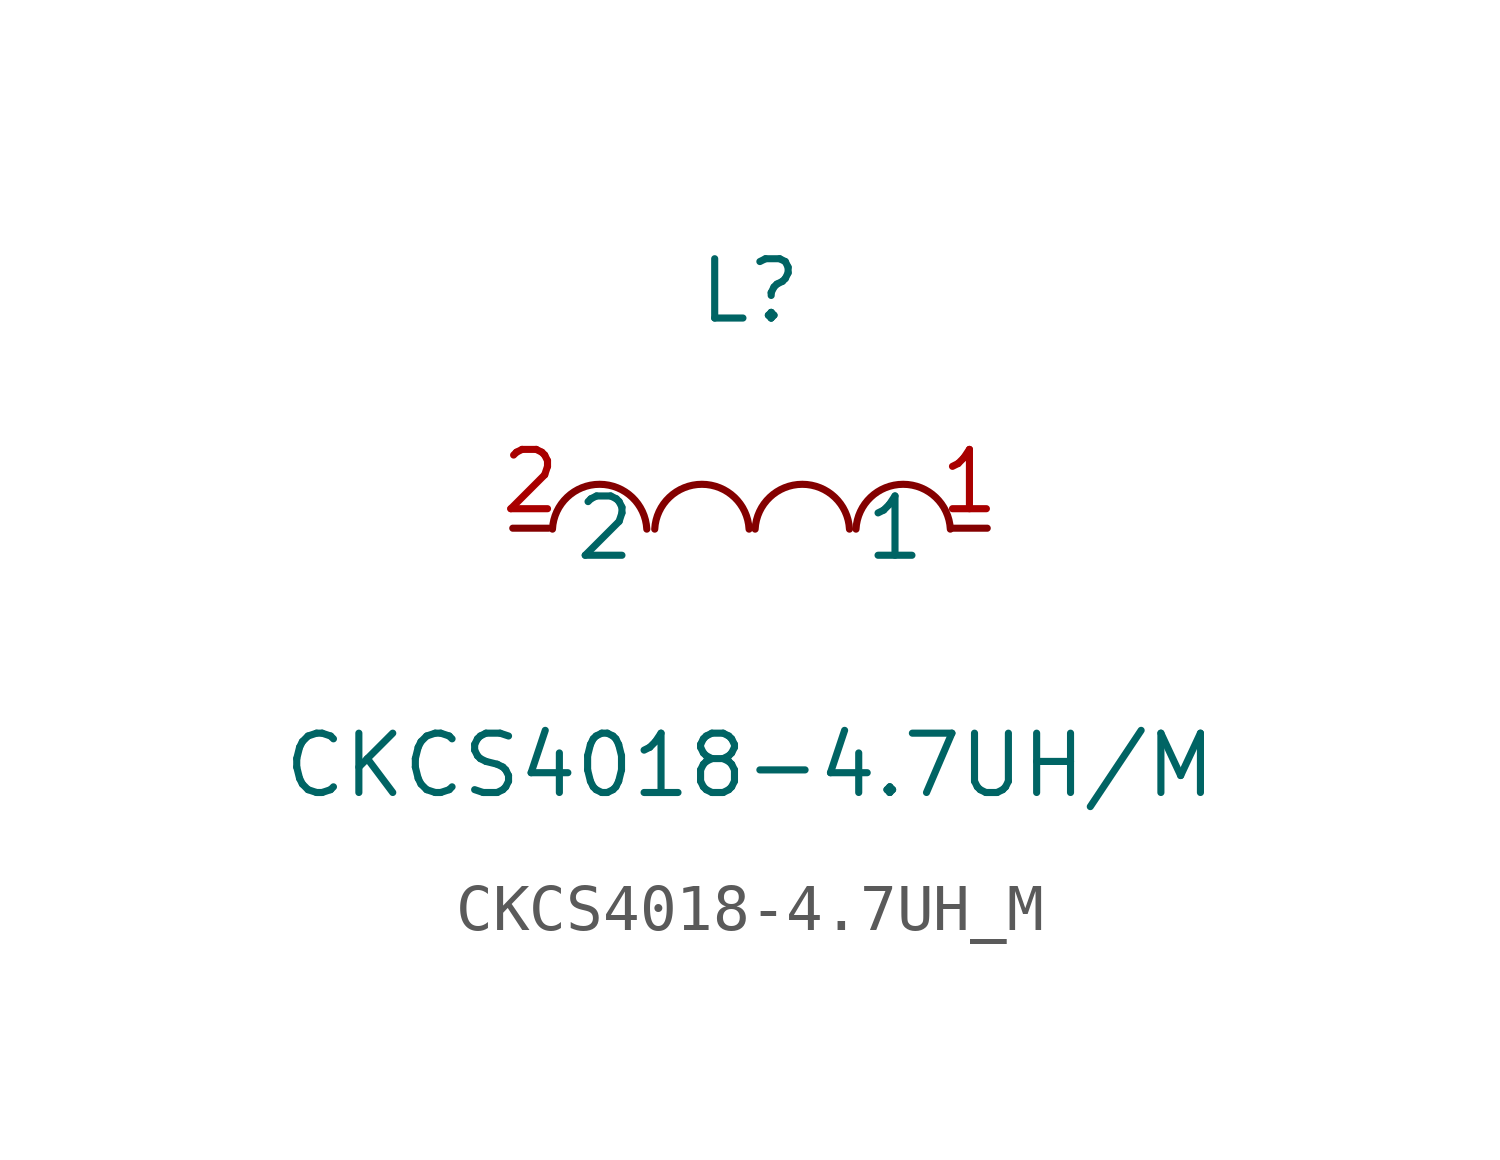
<source format=kicad_sym>
(kicad_symbol_lib
  (version 1)
  (generator "faebryk")
  (symbol "CKCS4018-4.7UH_M"
    (property "Reference" "L"
      (at 0 5.08 0)
      (effects (font (size 1.27 1.27)) (hide no)))
    (property "Value" "CKCS4018-4.7UH/M"
      (at 0 -5.08 0)
      (effects (font (size 1.27 1.27)) (hide no)))
    (symbol "CKCS4018-4.7UH_M_0_1"
      (arc (start 4.29 -0.02) (mid 2.28 0.08) (end 2.27 -0.02) (stroke (width 0) (type default) (color 0 0 0 0)) (fill (type none)))
      (arc (start 2.13 -0.02) (mid 0.12 0.08) (end 0.11 -0.02) (stroke (width 0) (type default) (color 0 0 0 0)) (fill (type none)))
      (arc (start -0.02 -0.02) (mid -2.03 0.08) (end -2.04 -0.02) (stroke (width 0) (type default) (color 0 0 0 0)) (fill (type none)))
      (arc (start -2.21 -0.02) (mid -4.22 0.08) (end -4.23 -0.02) (stroke (width 0) (type default) (color 0 0 0 0)) (fill (type none)))
      (pin unspecified line (at -5.08 0 0) (length 0.762) (name "2" (effects (font (size 1.27 1.27)) (hide no))) (number "2" (effects (font (size 1.27 1.27)) (hide no))))
      (pin unspecified line (at 5.08 0 180) (length 0.762) (name "1" (effects (font (size 1.27 1.27)) (hide no))) (number "1" (effects (font (size 1.27 1.27)) (hide no)))))))
</source>
